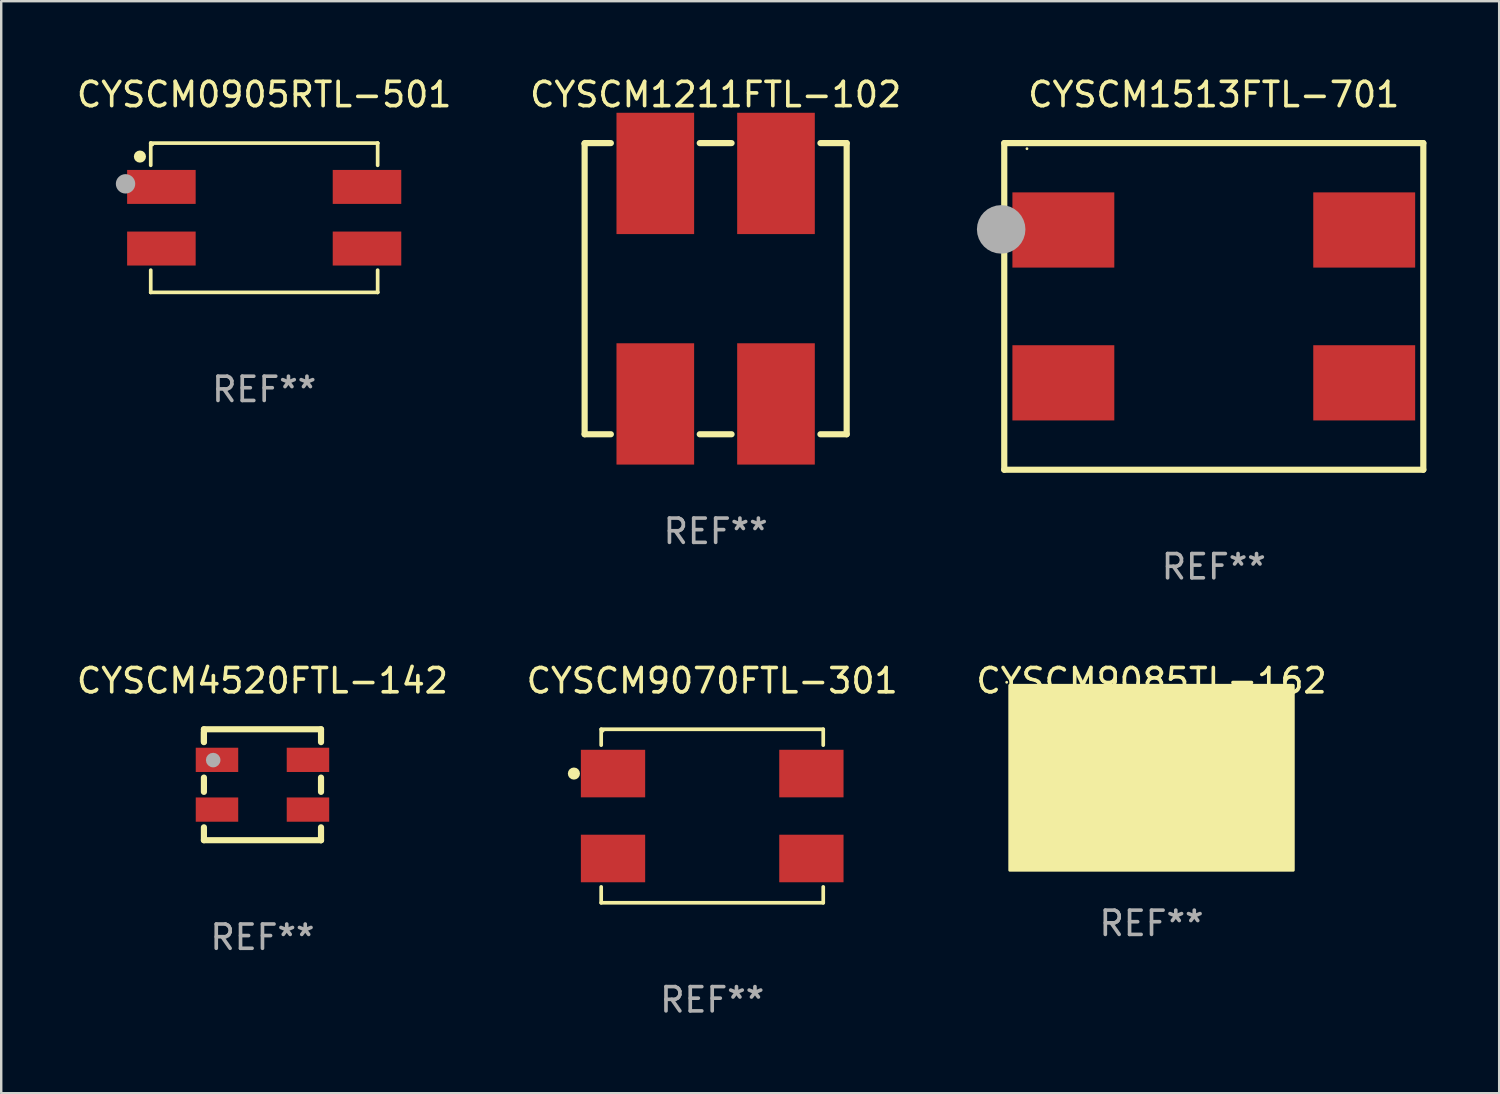
<source format=kicad_pcb>
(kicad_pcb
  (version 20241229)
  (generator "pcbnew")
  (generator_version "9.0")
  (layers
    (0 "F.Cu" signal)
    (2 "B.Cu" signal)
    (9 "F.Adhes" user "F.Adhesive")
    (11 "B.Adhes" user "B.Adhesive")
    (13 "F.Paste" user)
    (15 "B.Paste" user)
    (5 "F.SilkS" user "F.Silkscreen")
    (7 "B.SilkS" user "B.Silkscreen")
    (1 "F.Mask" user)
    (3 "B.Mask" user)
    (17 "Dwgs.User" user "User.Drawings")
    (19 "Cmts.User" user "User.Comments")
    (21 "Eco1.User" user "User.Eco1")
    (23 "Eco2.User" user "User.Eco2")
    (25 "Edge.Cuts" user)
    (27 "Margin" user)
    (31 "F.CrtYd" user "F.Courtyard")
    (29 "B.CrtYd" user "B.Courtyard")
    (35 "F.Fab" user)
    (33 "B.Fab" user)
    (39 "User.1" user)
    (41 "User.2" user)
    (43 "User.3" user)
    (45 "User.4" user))
  (footprint "CYSCM1211FTL-102"
    (layer "F.Cu")
    (at 26.446 8.848)
    (property "Reference" "CYSCM1211FTL-102" (at 0 -8 0) (layer "F.SilkS") (effects (font (size 1 1) (thickness 0.15))))
    (attr through_hole)
    (fp_line (start -5.4 -6) (end -4.319 -6) (stroke (width 0.254) (type solid)) (layer "F.SilkS"))
    (fp_line (start -5.4 -5.97) (end -5.38 -5.99) (stroke (width 0.254) (type solid)) (layer "F.SilkS"))
    (fp_line (start -5.4 6) (end -5.4 -5.97) (stroke (width 0.254) (type solid)) (layer "F.SilkS"))
    (fp_line (start -4.319 6) (end -5.4 6) (stroke (width 0.254) (type solid)) (layer "F.SilkS"))
    (fp_line (start -0.656 -6) (end 0.656 -6) (stroke (width 0.254) (type solid)) (layer "F.SilkS"))
    (fp_line (start 0.656 6) (end -0.656 6) (stroke (width 0.254) (type solid)) (layer "F.SilkS"))
    (fp_line (start 4.319 -6) (end 5.4 -6) (stroke (width 0.254) (type solid)) (layer "F.SilkS"))
    (fp_line (start 5.4 -6) (end 5.4 6) (stroke (width 0.254) (type solid)) (layer "F.SilkS"))
    (fp_line (start 5.4 6) (end 4.319 6) (stroke (width 0.254) (type solid)) (layer "F.SilkS"))
    (fp_circle (center -5.4 6) (end -5.37 6) (stroke (width 0.06) (type solid)) (fill no) (layer "F.SilkS"))
    (fp_text user "REF**" (at 0 10 0) (layer "F.Fab") (effects (font (size 1 1) (thickness 0.15))))
    (pad "1" smd rect (at -2.487 4.75 90) (size 5 3.2) (layers "F.Cu" "F.Mask" "F.Paste"))
    (pad "2" smd rect (at 2.487 4.75 90) (size 5 3.2) (layers "F.Cu" "F.Mask" "F.Paste"))
    (pad "3" smd rect (at 2.487 -4.75 90) (size 5 3.2) (layers "F.Cu" "F.Mask" "F.Paste"))
    (pad "4" smd rect (at -2.487 -4.75 90) (size 5 3.2) (layers "F.Cu" "F.Mask" "F.Paste")))
  (footprint "CYSCM9070FTL-301"
    (layer "F.Cu")
    (at 26.304 30.583)
    (property "Reference" "CYSCM9070FTL-301" (at 0 -5.576 0) (layer "F.SilkS") (effects (font (size 1 1) (thickness 0.15))))
    (attr through_hole)
    (fp_line (start -4.576 -3.576) (end 4.576 -3.576) (stroke (width 0.152) (type solid)) (layer "F.SilkS"))
    (fp_line (start -4.576 -2.921) (end -4.576 -3.576) (stroke (width 0.152) (type solid)) (layer "F.SilkS"))
    (fp_line (start -4.576 2.921) (end -4.576 3.576) (stroke (width 0.152) (type solid)) (layer "F.SilkS"))
    (fp_line (start -4.576 3.576) (end 4.576 3.576) (stroke (width 0.152) (type solid)) (layer "F.SilkS"))
    (fp_line (start 4.576 -3.576) (end 4.576 -2.921) (stroke (width 0.152) (type solid)) (layer "F.SilkS"))
    (fp_line (start 4.576 3.576) (end 4.576 2.921) (stroke (width 0.152) (type solid)) (layer "F.SilkS"))
    (fp_circle (center -5.7 -1.75) (end -5.575 -1.75) (stroke (width 0.25) (type solid)) (fill no) (layer "F.SilkS"))
    (fp_circle (center -4.5 -3.5) (end -4.47 -3.5) (stroke (width 0.06) (type solid)) (fill no) (layer "F.SilkS"))
    (fp_text user "REF**" (at 0 7.576 0) (layer "F.Fab") (effects (font (size 1 1) (thickness 0.15))))
    (pad "1" smd rect (at -4.088 -1.75 270) (size 1.96 2.65) (layers "F.Cu" "F.Mask" "F.Paste"))
    (pad "2" smd rect (at -4.088 1.75 270) (size 1.96 2.65) (layers "F.Cu" "F.Mask" "F.Paste"))
    (pad "3" smd rect (at 4.088 1.75 270) (size 1.96 2.65) (layers "F.Cu" "F.Mask" "F.Paste"))
    (pad "4" smd rect (at 4.088 -1.75 270) (size 1.96 2.65) (layers "F.Cu" "F.Mask" "F.Paste")))
  (footprint "CYSCM1513FTL-701"
    (layer "F.Cu")
    (at 46.977 9.579)
    (property "Reference" "CYSCM1513FTL-701" (at 0 -8.731 0) (layer "F.SilkS") (effects (font (size 1 1) (thickness 0.15))))
    (attr through_hole)
    (fp_line (start -8.636 -6.731) (end -8.636 6.731) (stroke (width 0.254) (type solid)) (layer "F.SilkS"))
    (fp_line (start -8.636 6.731) (end 8.636 6.731) (stroke (width 0.254) (type solid)) (layer "F.SilkS"))
    (fp_line (start 8.636 -6.731) (end -8.636 -6.731) (stroke (width 0.254) (type solid)) (layer "F.SilkS"))
    (fp_line (start 8.636 6.731) (end 8.636 -6.731) (stroke (width 0.254) (type solid)) (layer "F.SilkS"))
    (fp_circle (center -7.7 -6.5) (end -7.67 -6.5) (stroke (width 0.06) (type solid)) (fill no) (layer "F.SilkS"))
    (fp_circle (center -8.763 -3.175) (end -8.263 -3.175) (stroke (width 1) (type solid)) (fill no) (layer "F.Fab"))
    (fp_text user "REF**" (at 0 10.731 0) (layer "F.Fab") (effects (font (size 1 1) (thickness 0.15))))
    (pad "1" smd rect (at -6.2 -3.15) (size 4.2 3.1) (layers "F.Cu" "F.Mask" "F.Paste"))
    (pad "2" smd rect (at -6.2 3.15) (size 4.2 3.1) (layers "F.Cu" "F.Mask" "F.Paste"))
    (pad "3" smd rect (at 6.2 3.15) (size 4.2 3.1) (layers "F.Cu" "F.Mask" "F.Paste"))
    (pad "4" smd rect (at 6.2 -3.15) (size 4.2 3.1) (layers "F.Cu" "F.Mask" "F.Paste")))
  (footprint "CYSCM0905RTL-501"
    (layer "F.Cu")
    (at 7.839 5.924)
    (property "Reference" "CYSCM0905RTL-501" (at 0 -5.076 0) (layer "F.SilkS") (effects (font (size 1 1) (thickness 0.15))))
    (attr through_hole)
    (fp_line (start -4.676 -3.076) (end -4.676 -3.076) (stroke (width 0.152) (type solid)) (layer "F.SilkS"))
    (fp_line (start -4.676 -3.076) (end 4.676 -3.076) (stroke (width 0.152) (type solid)) (layer "F.SilkS"))
    (fp_line (start -4.676 -2.161) (end -4.676 -3.076) (stroke (width 0.152) (type solid)) (layer "F.SilkS"))
    (fp_line (start -4.676 2.161) (end -4.676 3.076) (stroke (width 0.152) (type solid)) (layer "F.SilkS"))
    (fp_line (start -4.676 3.076) (end -4.676 3.076) (stroke (width 0.152) (type solid)) (layer "F.SilkS"))
    (fp_line (start -4.676 3.076) (end 4.676 3.076) (stroke (width 0.152) (type solid)) (layer "F.SilkS"))
    (fp_line (start 4.676 -3.076) (end 4.676 -3.076) (stroke (width 0.152) (type solid)) (layer "F.SilkS"))
    (fp_line (start 4.676 -3.076) (end 4.676 -2.161) (stroke (width 0.152) (type solid)) (layer "F.SilkS"))
    (fp_line (start 4.676 3.076) (end 4.676 2.161) (stroke (width 0.152) (type solid)) (layer "F.SilkS"))
    (fp_line (start 4.676 3.076) (end 4.676 3.076) (stroke (width 0.152) (type solid)) (layer "F.SilkS"))
    (fp_circle (center -5.122 -2.521) (end -4.997 -2.521) (stroke (width 0.25) (type solid)) (fill no) (layer "F.SilkS"))
    (fp_circle (center -4.6 -3) (end -4.57 -3) (stroke (width 0.06) (type solid)) (fill no) (layer "F.SilkS"))
    (fp_circle (center -5.715 -1.397) (end -5.515 -1.397) (stroke (width 0.4) (type solid)) (fill no) (layer "F.Fab"))
    (fp_text user "REF**" (at 0 7.076 0) (layer "F.Fab") (effects (font (size 1 1) (thickness 0.15))))
    (pad "1" smd rect (at -4.237 -1.27) (size 2.825 1.4) (layers "F.Cu" "F.Mask" "F.Paste"))
    (pad "2" smd rect (at -4.237 1.27) (size 2.825 1.4) (layers "F.Cu" "F.Mask" "F.Paste"))
    (pad "3" smd rect (at 4.237 1.27) (size 2.825 1.4) (layers "F.Cu" "F.Mask" "F.Paste"))
    (pad "4" smd rect (at 4.237 -1.27) (size 2.825 1.4) (layers "F.Cu" "F.Mask" "F.Paste")))
  (footprint "CYSCM4520FTL-142"
    (layer "F.Cu")
    (at 7.768 29.293)
    (property "Reference" "CYSCM4520FTL-142" (at 0 -4.286 0) (layer "F.SilkS") (effects (font (size 1 1) (thickness 0.15))))
    (attr through_hole)
    (fp_line (start -2.413 -2.286) (end 2.413 -2.286) (stroke (width 0.254) (type solid)) (layer "F.SilkS"))
    (fp_line (start -2.413 -1.778) (end -2.413 -2.286) (stroke (width 0.254) (type solid)) (layer "F.SilkS"))
    (fp_line (start -2.413 -1.756) (end -2.413 -2.159) (stroke (width 0.254) (type solid)) (layer "F.SilkS"))
    (fp_line (start -2.413 0.294) (end -2.413 -0.294) (stroke (width 0.254) (type solid)) (layer "F.SilkS"))
    (fp_line (start -2.413 2.286) (end -2.413 1.756) (stroke (width 0.254) (type solid)) (layer "F.SilkS"))
    (fp_line (start 2.413 -2.286) (end 2.413 -1.756) (stroke (width 0.254) (type solid)) (layer "F.SilkS"))
    (fp_line (start 2.413 -0.294) (end 2.413 0.294) (stroke (width 0.254) (type solid)) (layer "F.SilkS"))
    (fp_line (start 2.413 1.756) (end 2.413 2.286) (stroke (width 0.254) (type solid)) (layer "F.SilkS"))
    (fp_line (start 2.413 2.286) (end -2.413 2.286) (stroke (width 0.254) (type solid)) (layer "F.SilkS"))
    (fp_line (start 2.413 2.286) (end 2.413 2.286) (stroke (width 0.254) (type solid)) (layer "F.SilkS"))
    (fp_circle (center -2.35 -2.25) (end -2.32 -2.25) (stroke (width 0.06) (type solid)) (fill no) (layer "F.SilkS"))
    (fp_circle (center -2.032 -1.016) (end -1.882 -1.016) (stroke (width 0.3) (type solid)) (fill no) (layer "F.Fab"))
    (fp_text user "REF**" (at 0 6.286 0) (layer "F.Fab") (effects (font (size 1 1) (thickness 0.15))))
    (pad "1" smd rect (at -1.875 -1.025 90) (size 1 1.75) (layers "F.Cu" "F.Mask" "F.Paste"))
    (pad "2" smd rect (at -1.875 1.025 90) (size 1 1.75) (layers "F.Cu" "F.Mask" "F.Paste"))
    (pad "3" smd rect (at 1.875 1.025 90) (size 1 1.75) (layers "F.Cu" "F.Mask" "F.Paste"))
    (pad "4" smd rect (at 1.875 -1.025 90) (size 1 1.75) (layers "F.Cu" "F.Mask" "F.Paste")))
  (footprint "CYSCM9085TL-162"
    (layer "F.Cu")
    (at 44.411 29.007)
    (property "Reference" "CYSCM9085TL-162" (at 0 -4 0) (layer "F.SilkS") (effects (font (size 1 1) (thickness 0.15))))
    (attr through_hole)
    (fp_circle (center -5.969 -3.937) (end -5.939 -3.937) (stroke (width 0.06) (type solid)) (fill no) (layer "F.SilkS"))
    (fp_poly (pts (xy -5.842 -3.81) (xy 5.842 -3.81) (xy 5.842 3.81) (xy -5.842 3.81)) (stroke (width 0.12) (type solid)) (fill yes) (layer "F.SilkS"))
    (fp_text user "REF**" (at 0 6 0) (layer "F.Fab") (effects (font (size 1 1) (thickness 0.15))))
    (pad "1" smd rect (at -4 -2) (size 3 2.2) (layers "F.Cu" "F.Mask" "F.Paste"))
    (pad "2" smd rect (at -4 2) (size 3 2.2) (layers "F.Cu" "F.Mask" "F.Paste"))
    (pad "3" smd rect (at 4 2) (size 3 2.2) (layers "F.Cu" "F.Mask" "F.Paste"))
    (pad "4" smd rect (at 4 -2) (size 3 2.2) (layers "F.Cu" "F.Mask" "F.Paste")))
  (gr_rect
    (start -3 -3)
    (end 58.74 42.007)
    (stroke (width 0.1) (type default))
    (fill no)
    (layer "Edge.Cuts")))
</source>
